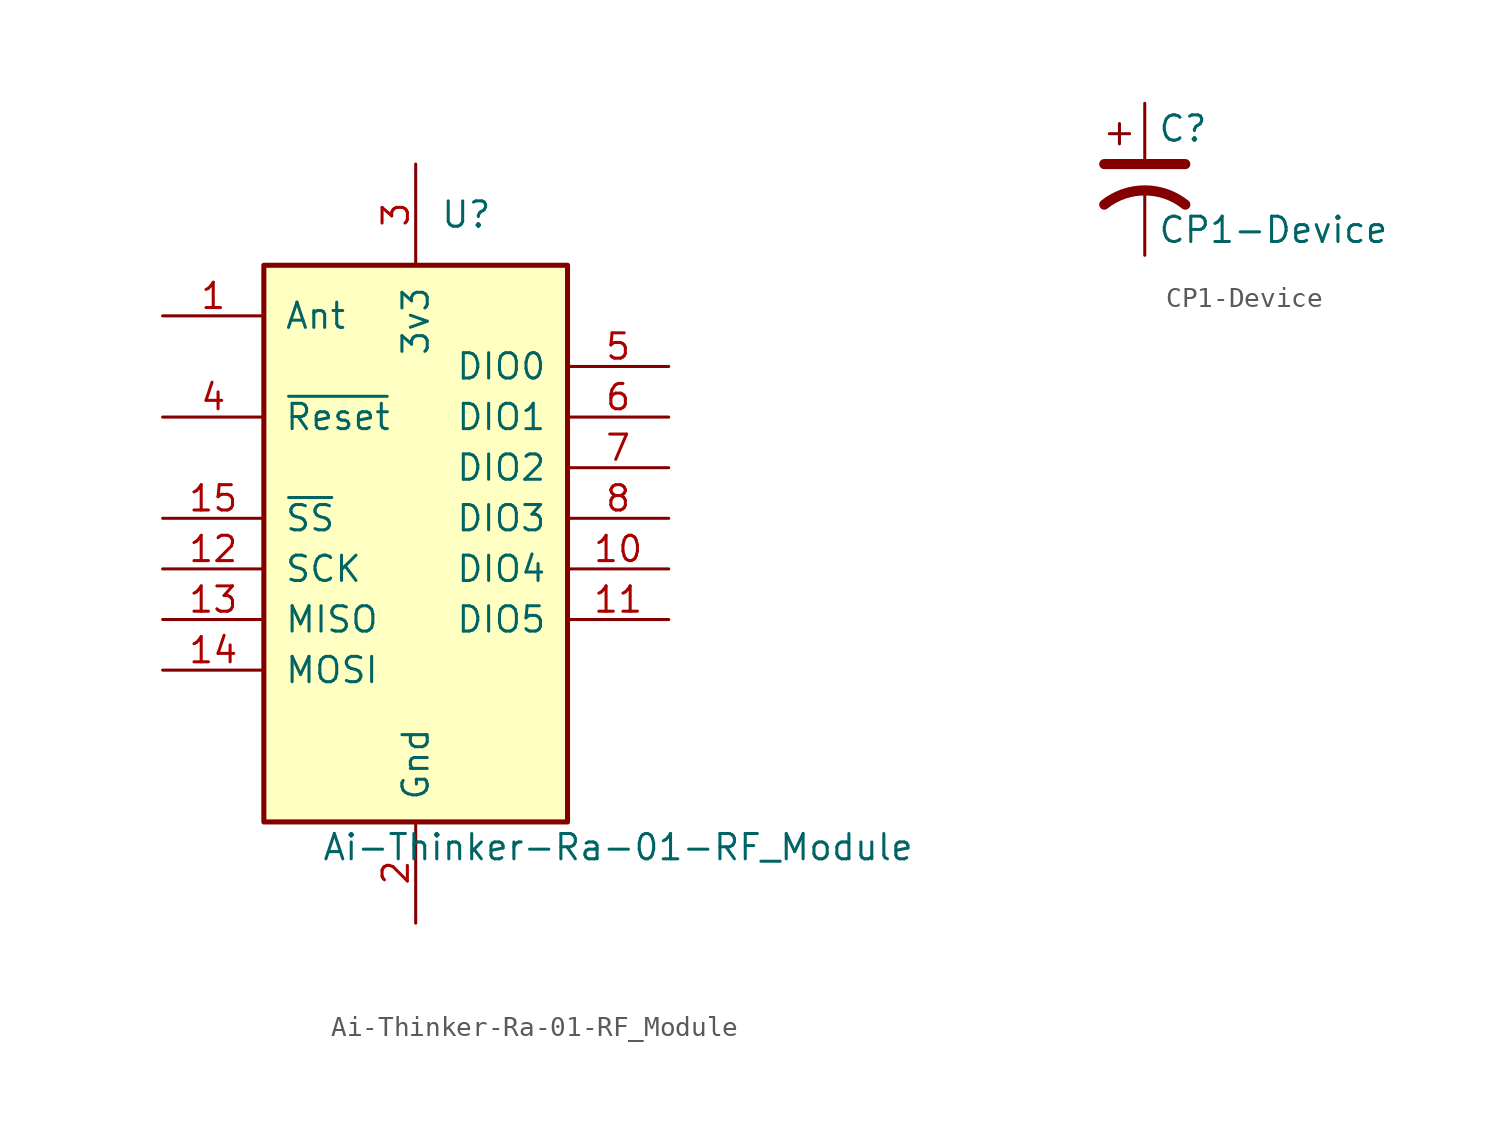
<source format=kicad_sym>
(kicad_symbol_lib
  (version 20211014)
  (generator kicad_symbol_editor)
  (symbol "Ai-Thinker-Ra-01-RF_Module"
    (pin_names
      (offset 1.016))
    (property "Reference" "U"
      (at 2.54 17.78 0)
      (effects (font (size 1.27 1.27))))
    (property "Value" "Ai-Thinker-Ra-01-RF_Module"
      (at 10.16 -13.97 0)
      (effects (font (size 1.27 1.27))))
    (symbol "Ai-Thinker-Ra-01-RF_Module_0_1"
      (rectangle (start -7.62 15.24) (end 7.62 -12.7) (stroke (width 0.254) (type default) (color 0 0 0 0)) (fill (type background))))
    (symbol "Ai-Thinker-Ra-01-RF_Module_1_1"
      (pin input line (at -12.7 12.7 0) (length 5.08) (name "Ant" (effects (font (size 1.27 1.27)))) (number "1" (effects (font (size 1.27 1.27)))))
      (pin bidirectional line (at 12.7 0 180) (length 5.08) (name "DIO4" (effects (font (size 1.27 1.27)))) (number "10" (effects (font (size 1.27 1.27)))))
      (pin bidirectional line (at 12.7 -2.54 180) (length 5.08) (name "DIO5" (effects (font (size 1.27 1.27)))) (number "11" (effects (font (size 1.27 1.27)))))
      (pin bidirectional line (at -12.7 0 0) (length 5.08) (name "SCK" (effects (font (size 1.27 1.27)))) (number "12" (effects (font (size 1.27 1.27)))))
      (pin output line (at -12.7 -2.54 0) (length 5.08) (name "MISO" (effects (font (size 1.27 1.27)))) (number "13" (effects (font (size 1.27 1.27)))))
      (pin input line (at -12.7 -5.08 0) (length 5.08) (name "MOSI" (effects (font (size 1.27 1.27)))) (number "14" (effects (font (size 1.27 1.27)))))
      (pin input line (at -12.7 2.54 0) (length 5.08) (name "~{SS}" (effects (font (size 1.27 1.27)))) (number "15" (effects (font (size 1.27 1.27)))))
      (pin passive line (at 0 -17.78 90) (length 5.08) hide (name "Gnd" (effects (font (size 1.27 1.27)))) (number "16" (effects (font (size 1.27 1.27)))))
      (pin power_in line (at 0 -17.78 90) (length 5.08) (name "Gnd" (effects (font (size 1.27 1.27)))) (number "2" (effects (font (size 1.27 1.27)))))
      (pin power_in line (at 0 20.32 270) (length 5.08) (name "3v3" (effects (font (size 1.27 1.27)))) (number "3" (effects (font (size 1.27 1.27)))))
      (pin input line (at -12.7 7.62 0) (length 5.08) (name "~{Reset}" (effects (font (size 1.27 1.27)))) (number "4" (effects (font (size 1.27 1.27)))))
      (pin bidirectional line (at 12.7 10.16 180) (length 5.08) (name "DIO0" (effects (font (size 1.27 1.27)))) (number "5" (effects (font (size 1.27 1.27)))))
      (pin bidirectional line (at 12.7 7.62 180) (length 5.08) (name "DIO1" (effects (font (size 1.27 1.27)))) (number "6" (effects (font (size 1.27 1.27)))))
      (pin bidirectional line (at 12.7 5.08 180) (length 5.08) (name "DIO2" (effects (font (size 1.27 1.27)))) (number "7" (effects (font (size 1.27 1.27)))))
      (pin bidirectional line (at 12.7 2.54 180) (length 5.08) (name "DIO3" (effects (font (size 1.27 1.27)))) (number "8" (effects (font (size 1.27 1.27)))))
      (pin passive line (at 0 -17.78 90) (length 5.08) hide (name "Gnd" (effects (font (size 1.27 1.27)))) (number "9" (effects (font (size 1.27 1.27)))))))
  (symbol "CP1-Device"
    (pin_numbers hide)
    (pin_names
      (offset 0.254) hide)
    (property "Reference" "C"
      (at 0.635 2.54 0)
      (effects (font (size 1.27 1.27)) (justify left)))
    (property "Value" "CP1-Device"
      (at 0.635 -2.54 0)
      (effects (font (size 1.27 1.27)) (justify left)))
    (symbol "CP1-Device_0_1"
      (polyline (pts (xy -2.032 0.762) (xy 2.032 0.762)) (stroke (width 0.508) (type default) (color 0 0 0 0)) (fill (type none)))
      (polyline (pts (xy -1.778 2.286) (xy -0.762 2.286)) (stroke (width 0) (type default) (color 0 0 0 0)) (fill (type none)))
      (polyline (pts (xy -1.27 1.778) (xy -1.27 2.794)) (stroke (width 0) (type default) (color 0 0 0 0)) (fill (type none)))
      (arc (start 2.032 -1.27) (mid 0 -0.5572) (end -2.032 -1.27) (stroke (width 0.508) (type default) (color 0 0 0 0)) (fill (type none))))
    (symbol "CP1-Device_1_1"
      (pin passive line (at 0 3.81 270) (length 2.794) (name "~" (effects (font (size 1.27 1.27)))) (number "1" (effects (font (size 1.27 1.27)))))
      (pin passive line (at 0 -3.81 90) (length 3.302) (name "~" (effects (font (size 1.27 1.27)))) (number "2" (effects (font (size 1.27 1.27))))))))
</source>
